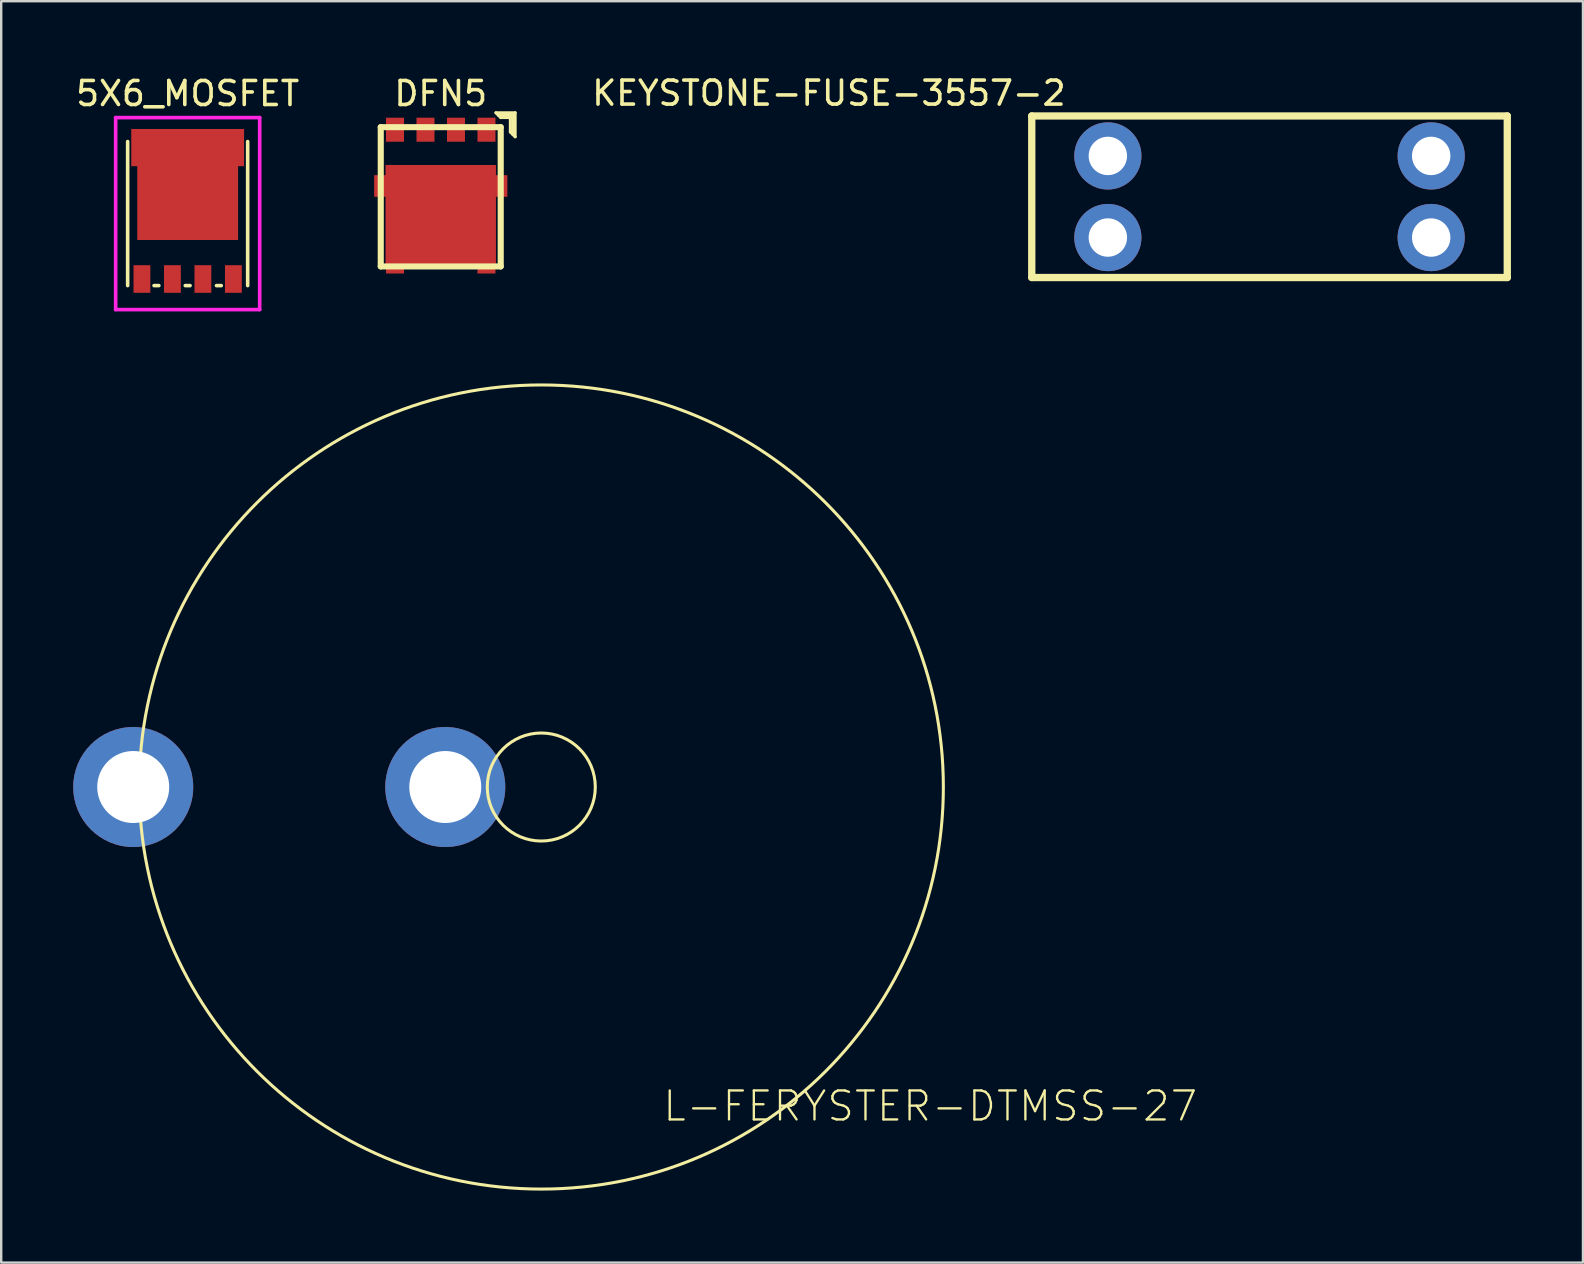
<source format=kicad_pcb>
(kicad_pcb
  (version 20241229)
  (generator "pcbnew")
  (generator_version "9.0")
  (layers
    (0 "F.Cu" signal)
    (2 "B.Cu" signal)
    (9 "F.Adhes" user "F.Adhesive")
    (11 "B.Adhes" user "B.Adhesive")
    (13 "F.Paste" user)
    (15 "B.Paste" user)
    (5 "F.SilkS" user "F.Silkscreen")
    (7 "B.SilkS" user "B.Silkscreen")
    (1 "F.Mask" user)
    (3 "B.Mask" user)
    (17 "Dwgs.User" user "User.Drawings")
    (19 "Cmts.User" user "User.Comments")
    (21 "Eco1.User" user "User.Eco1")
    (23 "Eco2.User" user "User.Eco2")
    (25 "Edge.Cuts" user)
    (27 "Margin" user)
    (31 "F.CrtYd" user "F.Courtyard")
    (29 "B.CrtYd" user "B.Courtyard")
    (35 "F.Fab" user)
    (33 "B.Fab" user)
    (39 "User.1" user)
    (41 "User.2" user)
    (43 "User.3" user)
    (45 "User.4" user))
  (footprint "L-FERYSTER-DTMSS-27"
    (layer "F.Cu")
    (at 19.5 29.737)
    (property "Reference" "L-FERYSTER-DTMSS-27" (at 5 14 180) (layer "F.SilkS") (effects (font (size 1.206 1.206) (thickness 0.097)) (justify left bottom)))
    (attr through_hole)
    (fp_circle (center 0 0) (end 2.25 0) (stroke (width 0.127) (type solid)) (fill no) (layer "F.SilkS"))
    (fp_circle (center 0 0) (end 16.75 0) (stroke (width 0.127) (type solid)) (fill no) (layer "F.SilkS"))
    (pad "1" thru_hole circle (at -17 0 90) (size 5 5) (drill 3) (layers "*.Cu" "*.Mask"))
    (pad "2" thru_hole circle (at -4 0 90) (size 5 5) (drill 3) (layers "*.Cu" "*.Mask")))
  (footprint "5X6_MOSFET"
    (layer "F.Cu")
    (at 4.768 5.848)
    (property "Reference" "5X6_MOSFET" (at 0 -5 0) (layer "F.SilkS") (effects (font (size 1 1) (thickness 0.15))))
    (attr through_hole)
    (fp_line (start -2.5 3) (end -2.5 -3) (stroke (width 0.15) (type solid)) (layer "F.SilkS"))
    (fp_line (start -1.4 3) (end -1.2 3) (stroke (width 0.15) (type solid)) (layer "F.SilkS"))
    (fp_line (start -0.1 3) (end 0.1 3) (stroke (width 0.15) (type solid)) (layer "F.SilkS"))
    (fp_line (start 1.2 3) (end 1.4 3) (stroke (width 0.15) (type solid)) (layer "F.SilkS"))
    (fp_line (start 2.5 -3) (end 2.5 3) (stroke (width 0.15) (type solid)) (layer "F.SilkS"))
    (fp_line (start -3 -4) (end -3 4) (stroke (width 0.15) (type solid)) (layer "F.CrtYd"))
    (fp_line (start -3 4) (end 3 4) (stroke (width 0.15) (type solid)) (layer "F.CrtYd"))
    (fp_line (start 3 -4) (end -3 -4) (stroke (width 0.15) (type solid)) (layer "F.CrtYd"))
    (fp_line (start 3 4) (end 3 -4) (stroke (width 0.15) (type solid)) (layer "F.CrtYd"))
    (pad "" smd rect (at -1.875 -3) (size 0.6 0.9) (layers "F.Paste"))
    (pad "" smd rect (at -1.15 -1.15 90) (size 0.6 0.9) (layers "F.Paste"))
    (pad "" smd rect (at -1.15 -0.3 90) (size 0.6 0.9) (layers "F.Paste"))
    (pad "" smd rect (at -1.15 0.55 90) (size 0.6 0.9) (layers "F.Paste"))
    (pad "" smd rect (at -0.6 -3) (size 0.6 0.9) (layers "F.Paste"))
    (pad "" smd rect (at 0 -1.15 90) (size 0.6 0.9) (layers "F.Paste"))
    (pad "" smd rect (at 0 -0.3 90) (size 0.6 0.9) (layers "F.Paste"))
    (pad "" smd rect (at 0 0.55 90) (size 0.6 0.9) (layers "F.Paste"))
    (pad "" smd rect (at 0.6 -3) (size 0.6 0.9) (layers "F.Paste"))
    (pad "" smd rect (at 1.15 -1.15 90) (size 0.6 0.9) (layers "F.Paste"))
    (pad "" smd rect (at 1.15 -0.3 90) (size 0.6 0.9) (layers "F.Paste"))
    (pad "" smd rect (at 1.15 0.55 90) (size 0.6 0.9) (layers "F.Paste"))
    (pad "" smd rect (at 1.875 -3) (size 0.6 0.9) (layers "F.Paste"))
    (pad "D" smd rect (at 0 -2.75) (size 4.7 1.55) (layers "F.Cu" "F.Mask"))
    (pad "D" smd rect (at 0 -0.45) (size 4.2 3.1) (layers "F.Cu" "F.Mask"))
    (pad "G" smd rect (at 1.905 2.725) (size 0.7 1.15) (layers "F.Cu" "F.Mask" "F.Paste"))
    (pad "S" smd rect (at -1.905 2.725) (size 0.7 1.15) (layers "F.Cu" "F.Mask" "F.Paste"))
    (pad "S" smd rect (at -0.635 2.725) (size 0.7 1.15) (layers "F.Cu" "F.Mask" "F.Paste"))
    (pad "S" smd rect (at 0.635 2.725) (size 0.7 1.15) (layers "F.Cu" "F.Mask" "F.Paste")))
  (footprint "DFN5"
    (layer "F.Cu")
    (at 15.311 5.148)
    (property "Reference" "DFN5" (at 0 -4.3 0) (layer "F.SilkS") (effects (font (size 1 1) (thickness 0.15))))
    (attr through_hole)
    (fp_line (start -2.499 -2.901) (end 2.499 -2.901) (stroke (width 0.254) (type solid)) (layer "F.SilkS"))
    (fp_line (start -2.499 2.901) (end -2.499 -2.901) (stroke (width 0.254) (type solid)) (layer "F.SilkS"))
    (fp_line (start 2.3 -3.5) (end 3.1 -3.5) (stroke (width 0.127) (type solid)) (layer "F.SilkS"))
    (fp_line (start 2.499 -2.901) (end 2.499 2.901) (stroke (width 0.254) (type solid)) (layer "F.SilkS"))
    (fp_line (start 2.499 2.901) (end -2.499 2.901) (stroke (width 0.254) (type solid)) (layer "F.SilkS"))
    (fp_line (start 2.5 -3.3) (end 2.3 -3.5) (stroke (width 0.127) (type solid)) (layer "F.SilkS"))
    (fp_line (start 2.9 -3.3) (end 2.5 -3.3) (stroke (width 0.127) (type solid)) (layer "F.SilkS"))
    (fp_line (start 2.9 -3.3) (end 2.9 -2.7) (stroke (width 0.127) (type solid)) (layer "F.SilkS"))
    (fp_line (start 2.9 -2.7) (end 3.1 -2.5) (stroke (width 0.127) (type solid)) (layer "F.SilkS"))
    (fp_line (start 3 -3.4) (end 2.4 -3.4) (stroke (width 0.127) (type solid)) (layer "F.SilkS"))
    (fp_line (start 3 -2.6) (end 3 -3.4) (stroke (width 0.127) (type solid)) (layer "F.SilkS"))
    (fp_line (start 3.1 -3.5) (end 3.1 -2.5) (stroke (width 0.127) (type solid)) (layer "F.SilkS"))
    (pad "" smd rect (at -1.5 2.4) (size 0.6 0.9) (layers "F.Paste"))
    (pad "" smd rect (at -1.125 -0.95) (size 0.9 0.6) (layers "F.Paste"))
    (pad "" smd rect (at -1.125 -0.15) (size 0.9 0.6) (layers "F.Paste"))
    (pad "" smd rect (at -1.125 0.65) (size 0.9 0.6) (layers "F.Paste"))
    (pad "" smd rect (at -1.125 1.45) (size 0.9 0.6) (layers "F.Paste"))
    (pad "" smd rect (at -0.5 2.4) (size 0.6 0.9) (layers "F.Paste"))
    (pad "" smd rect (at 0 -0.95) (size 0.9 0.6) (layers "F.Paste"))
    (pad "" smd rect (at 0 -0.15) (size 0.9 0.6) (layers "F.Paste"))
    (pad "" smd rect (at 0 0.65) (size 0.9 0.6) (layers "F.Paste"))
    (pad "" smd rect (at 0 1.45) (size 0.9 0.6) (layers "F.Paste"))
    (pad "" smd rect (at 0.5 2.4) (size 0.6 0.9) (layers "F.Paste"))
    (pad "" smd rect (at 1.125 -0.95) (size 0.9 0.6) (layers "F.Paste"))
    (pad "" smd rect (at 1.125 -0.15) (size 0.9 0.6) (layers "F.Paste"))
    (pad "" smd rect (at 1.125 0.65) (size 0.9 0.6) (layers "F.Paste"))
    (pad "" smd rect (at 1.125 1.45) (size 0.9 0.6) (layers "F.Paste"))
    (pad "" smd rect (at 1.5 2.4) (size 0.6 0.9) (layers "F.Paste"))
    (pad "D" smd rect (at -2.527 -0.45) (size 0.495 0.902) (layers "F.Cu" "F.Mask"))
    (pad "D" smd rect (at -1.905 2.959) (size 0.749 0.475) (layers "F.Cu" "F.Mask"))
    (pad "D" smd rect (at 0 0.805) (size 4.6 4.26) (layers "F.Cu" "F.Mask"))
    (pad "D" smd rect (at 1.905 2.959) (size 0.749 0.475) (layers "F.Cu" "F.Mask"))
    (pad "D" smd rect (at 2.527 -0.45) (size 0.495 0.902) (layers "F.Cu" "F.Mask"))
    (pad "G" smd rect (at -1.905 -2.794) (size 0.749 1.001) (layers "F.Cu" "F.Mask" "F.Paste"))
    (pad "S" smd rect (at -0.635 -2.794) (size 0.749 1.001) (layers "F.Cu" "F.Mask" "F.Paste"))
    (pad "S" smd rect (at 0.635 -2.794) (size 0.749 1.001) (layers "F.Cu" "F.Mask" "F.Paste"))
    (pad "S" smd rect (at 1.905 -2.794) (size 0.749 1.001) (layers "F.Cu" "F.Mask" "F.Paste")))
  (footprint "KEYSTONE-FUSE-3557-2"
    (layer "F.Cu")
    (at 49.838 5.146)
    (property "Reference" "KEYSTONE-FUSE-3557-2" (at -8.4 -4.9 0) (layer "F.SilkS") (effects (font (size 1 1) (thickness 0.15)) (justify right top)))
    (attr through_hole)
    (fp_line (start -9.905 -3.365) (end 9.905 -3.365) (stroke (width 0.305) (type solid)) (layer "F.SilkS"))
    (fp_line (start -9.905 3.365) (end -9.905 -3.365) (stroke (width 0.305) (type solid)) (layer "F.SilkS"))
    (fp_line (start 9.905 -3.365) (end 9.905 3.365) (stroke (width 0.305) (type solid)) (layer "F.SilkS"))
    (fp_line (start 9.905 3.365) (end -9.905 3.365) (stroke (width 0.305) (type solid)) (layer "F.SilkS"))
    (pad "1" thru_hole circle (at -6.735 -1.7 90) (size 2.8 2.8) (drill 1.6) (layers "*.Cu" "*.Mask"))
    (pad "1" thru_hole circle (at -6.735 1.7 90) (size 2.8 2.8) (drill 1.6) (layers "*.Cu" "*.Mask"))
    (pad "2" thru_hole circle (at 6.735 -1.7 90) (size 2.8 2.8) (drill 1.6) (layers "*.Cu" "*.Mask"))
    (pad "2" thru_hole circle (at 6.735 1.7 90) (size 2.8 2.8) (drill 1.6) (layers "*.Cu" "*.Mask")))
  (gr_rect
    (start -3 -3)
    (end 62.896 49.55)
    (stroke (width 0.1) (type default))
    (fill no)
    (layer "Edge.Cuts")))
</source>
